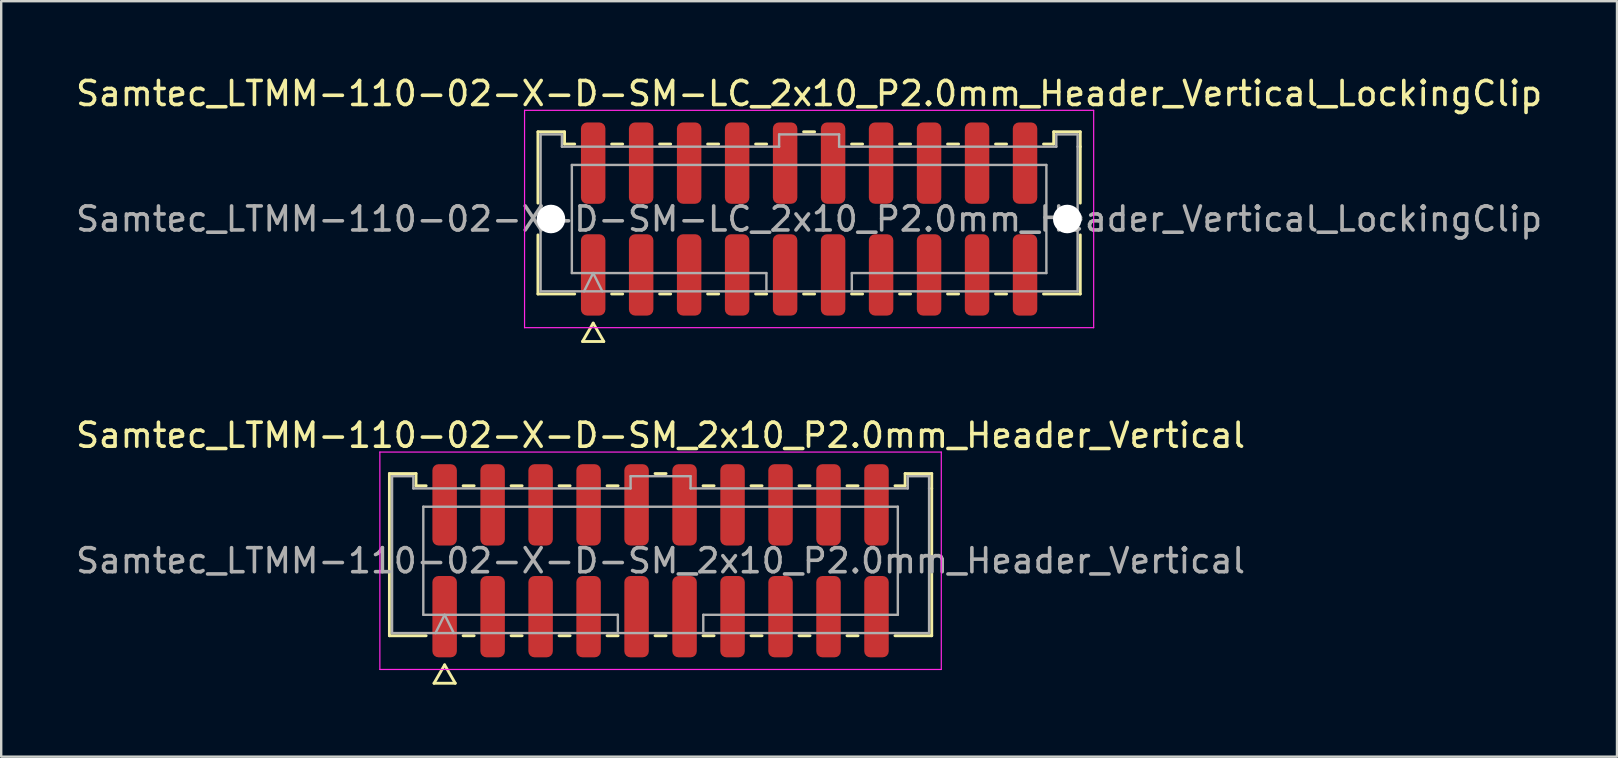
<source format=kicad_pcb>
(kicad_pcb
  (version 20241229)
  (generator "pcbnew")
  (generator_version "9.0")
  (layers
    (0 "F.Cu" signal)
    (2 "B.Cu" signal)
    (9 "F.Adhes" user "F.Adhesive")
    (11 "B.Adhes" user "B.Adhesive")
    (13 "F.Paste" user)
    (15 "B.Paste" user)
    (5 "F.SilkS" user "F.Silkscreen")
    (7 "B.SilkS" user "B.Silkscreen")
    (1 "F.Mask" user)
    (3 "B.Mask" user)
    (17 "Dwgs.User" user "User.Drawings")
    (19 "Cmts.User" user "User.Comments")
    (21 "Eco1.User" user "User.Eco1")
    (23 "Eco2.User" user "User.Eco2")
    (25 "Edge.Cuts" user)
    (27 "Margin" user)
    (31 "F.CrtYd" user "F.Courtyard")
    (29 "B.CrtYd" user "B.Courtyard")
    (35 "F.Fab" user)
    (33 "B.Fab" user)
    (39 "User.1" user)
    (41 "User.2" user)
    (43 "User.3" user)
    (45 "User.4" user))
  (footprint "Samtec_LTMM-110-02-X-D-SM_2x10_P2.0mm_Header_Vertical"
    (layer "F.Cu")
    (at 24.482 20.322)
    (property "Reference" "Samtec_LTMM-110-02-X-D-SM_2x10_P2.0mm_Header_Vertical" (at 0 -5.23 0) (layer "F.SilkS") (effects (font (size 1 1) (thickness 0.15))))
    (attr smd)
    (fp_line (start -11.302 -3.635) (end -10.193 -3.635) (stroke (width 0.12) (type solid)) (layer "F.SilkS"))
    (fp_line (start -11.302 3.125) (end -11.302 -3.635) (stroke (width 0.12) (type solid)) (layer "F.SilkS"))
    (fp_line (start -10.193 -3.635) (end -10.193 -3.125) (stroke (width 0.12) (type solid)) (layer "F.SilkS"))
    (fp_line (start -10.193 -3.125) (end -9.77 -3.125) (stroke (width 0.12) (type solid)) (layer "F.SilkS"))
    (fp_line (start -9.77 3.125) (end -11.302 3.125) (stroke (width 0.12) (type solid)) (layer "F.SilkS"))
    (fp_line (start -9.442 5.105) (end -9 4.34) (stroke (width 0.12) (type solid)) (layer "F.SilkS"))
    (fp_line (start -9 4.34) (end -8.558 5.105) (stroke (width 0.12) (type solid)) (layer "F.SilkS"))
    (fp_line (start -8.558 5.105) (end -9.442 5.105) (stroke (width 0.12) (type solid)) (layer "F.SilkS"))
    (fp_line (start -8.23 -3.125) (end -7.77 -3.125) (stroke (width 0.12) (type solid)) (layer "F.SilkS"))
    (fp_line (start -7.77 3.125) (end -8.23 3.125) (stroke (width 0.12) (type solid)) (layer "F.SilkS"))
    (fp_line (start -6.23 -3.125) (end -5.77 -3.125) (stroke (width 0.12) (type solid)) (layer "F.SilkS"))
    (fp_line (start -5.77 3.125) (end -6.23 3.125) (stroke (width 0.12) (type solid)) (layer "F.SilkS"))
    (fp_line (start -4.23 -3.125) (end -3.77 -3.125) (stroke (width 0.12) (type solid)) (layer "F.SilkS"))
    (fp_line (start -3.77 3.125) (end -4.23 3.125) (stroke (width 0.12) (type solid)) (layer "F.SilkS"))
    (fp_line (start -2.23 -3.125) (end -1.77 -3.125) (stroke (width 0.12) (type solid)) (layer "F.SilkS"))
    (fp_line (start -1.77 3.125) (end -2.23 3.125) (stroke (width 0.12) (type solid)) (layer "F.SilkS"))
    (fp_line (start -0.23 -3.635) (end 0.23 -3.635) (stroke (width 0.12) (type solid)) (layer "F.SilkS"))
    (fp_line (start 0.23 3.125) (end -0.23 3.125) (stroke (width 0.12) (type solid)) (layer "F.SilkS"))
    (fp_line (start 1.77 -3.125) (end 2.23 -3.125) (stroke (width 0.12) (type solid)) (layer "F.SilkS"))
    (fp_line (start 2.23 3.125) (end 1.77 3.125) (stroke (width 0.12) (type solid)) (layer "F.SilkS"))
    (fp_line (start 3.77 -3.125) (end 4.23 -3.125) (stroke (width 0.12) (type solid)) (layer "F.SilkS"))
    (fp_line (start 4.23 3.125) (end 3.77 3.125) (stroke (width 0.12) (type solid)) (layer "F.SilkS"))
    (fp_line (start 5.77 -3.125) (end 6.23 -3.125) (stroke (width 0.12) (type solid)) (layer "F.SilkS"))
    (fp_line (start 6.23 3.125) (end 5.77 3.125) (stroke (width 0.12) (type solid)) (layer "F.SilkS"))
    (fp_line (start 7.77 -3.125) (end 8.23 -3.125) (stroke (width 0.12) (type solid)) (layer "F.SilkS"))
    (fp_line (start 8.23 3.125) (end 7.77 3.125) (stroke (width 0.12) (type solid)) (layer "F.SilkS"))
    (fp_line (start 9.77 -3.125) (end 10.193 -3.125) (stroke (width 0.12) (type solid)) (layer "F.SilkS"))
    (fp_line (start 10.193 -3.635) (end 11.302 -3.635) (stroke (width 0.12) (type solid)) (layer "F.SilkS"))
    (fp_line (start 10.193 -3.125) (end 10.193 -3.635) (stroke (width 0.12) (type solid)) (layer "F.SilkS"))
    (fp_line (start 11.302 -3.635) (end 11.302 -3.015) (stroke (width 0.12) (type solid)) (layer "F.SilkS"))
    (fp_line (start 11.302 -3.015) (end 11.302 3.125) (stroke (width 0.12) (type solid)) (layer "F.SilkS"))
    (fp_line (start 11.302 3.125) (end 9.77 3.125) (stroke (width 0.12) (type solid)) (layer "F.SilkS"))
    (fp_line (start -11.7 -4.53) (end -11.7 4.53) (stroke (width 0.05) (type solid)) (layer "F.CrtYd"))
    (fp_line (start -11.7 4.53) (end 11.7 4.53) (stroke (width 0.05) (type solid)) (layer "F.CrtYd"))
    (fp_line (start 11.7 -4.53) (end -11.7 -4.53) (stroke (width 0.05) (type solid)) (layer "F.CrtYd"))
    (fp_line (start 11.7 4.53) (end 11.7 -4.53) (stroke (width 0.05) (type solid)) (layer "F.CrtYd"))
    (fp_line (start -11.191 -3.525) (end -10.303 -3.525) (stroke (width 0.1) (type solid)) (layer "F.Fab"))
    (fp_line (start -11.191 3.015) (end -11.191 -3.525) (stroke (width 0.1) (type solid)) (layer "F.Fab"))
    (fp_line (start -10.303 -3.525) (end -10.303 -3.015) (stroke (width 0.1) (type solid)) (layer "F.Fab"))
    (fp_line (start -10.303 -3.015) (end -1.25 -3.015) (stroke (width 0.1) (type solid)) (layer "F.Fab"))
    (fp_line (start -9.889 -2.253) (end 9.889 -2.253) (stroke (width 0.1) (type solid)) (layer "F.Fab"))
    (fp_line (start -9.889 2.253) (end -9.889 -2.253) (stroke (width 0.1) (type solid)) (layer "F.Fab"))
    (fp_line (start -9.381 3.015) (end -9 2.253) (stroke (width 0.1) (type solid)) (layer "F.Fab"))
    (fp_line (start -9 2.253) (end -8.619 3.015) (stroke (width 0.1) (type solid)) (layer "F.Fab"))
    (fp_line (start -1.78 2.253) (end -9.889 2.253) (stroke (width 0.1) (type solid)) (layer "F.Fab"))
    (fp_line (start -1.78 3.015) (end -1.78 2.253) (stroke (width 0.1) (type solid)) (layer "F.Fab"))
    (fp_line (start -1.25 -3.525) (end 1.25 -3.525) (stroke (width 0.1) (type solid)) (layer "F.Fab"))
    (fp_line (start -1.25 -3.015) (end -1.25 -3.525) (stroke (width 0.1) (type solid)) (layer "F.Fab"))
    (fp_line (start 1.25 -3.525) (end 1.25 -3.015) (stroke (width 0.1) (type solid)) (layer "F.Fab"))
    (fp_line (start 1.25 -3.015) (end 10.303 -3.015) (stroke (width 0.1) (type solid)) (layer "F.Fab"))
    (fp_line (start 1.78 2.253) (end 1.78 3.015) (stroke (width 0.1) (type solid)) (layer "F.Fab"))
    (fp_line (start 9.889 -2.253) (end 9.889 2.253) (stroke (width 0.1) (type solid)) (layer "F.Fab"))
    (fp_line (start 9.889 2.253) (end 1.78 2.253) (stroke (width 0.1) (type solid)) (layer "F.Fab"))
    (fp_line (start 10.303 -3.525) (end 11.191 -3.525) (stroke (width 0.1) (type solid)) (layer "F.Fab"))
    (fp_line (start 10.303 -3.015) (end 10.303 -3.525) (stroke (width 0.1) (type solid)) (layer "F.Fab"))
    (fp_line (start 11.191 -3.525) (end 11.191 -3.015) (stroke (width 0.1) (type solid)) (layer "F.Fab"))
    (fp_line (start 11.191 -3.015) (end 11.191 3.015) (stroke (width 0.1) (type solid)) (layer "F.Fab"))
    (fp_line (start 11.191 3.015) (end -11.191 3.015) (stroke (width 0.1) (type solid)) (layer "F.Fab"))
    (fp_text user "${REFERENCE}" (at 0 0 0) (layer "F.Fab") (effects (font (size 1 1) (thickness 0.15))))
    (pad "1" smd roundrect (at -9 2.33) (size 1.02 3.39) (layers "F.Cu" "F.Mask" "F.Paste") (roundrect_rratio 0.25))
    (pad "2" smd roundrect (at -9 -2.33) (size 1.02 3.39) (layers "F.Cu" "F.Mask" "F.Paste") (roundrect_rratio 0.25))
    (pad "3" smd roundrect (at -7 2.33) (size 1.02 3.39) (layers "F.Cu" "F.Mask" "F.Paste") (roundrect_rratio 0.25))
    (pad "4" smd roundrect (at -7 -2.33) (size 1.02 3.39) (layers "F.Cu" "F.Mask" "F.Paste") (roundrect_rratio 0.25))
    (pad "5" smd roundrect (at -5 2.33) (size 1.02 3.39) (layers "F.Cu" "F.Mask" "F.Paste") (roundrect_rratio 0.25))
    (pad "6" smd roundrect (at -5 -2.33) (size 1.02 3.39) (layers "F.Cu" "F.Mask" "F.Paste") (roundrect_rratio 0.25))
    (pad "7" smd roundrect (at -3 2.33) (size 1.02 3.39) (layers "F.Cu" "F.Mask" "F.Paste") (roundrect_rratio 0.25))
    (pad "8" smd roundrect (at -3 -2.33) (size 1.02 3.39) (layers "F.Cu" "F.Mask" "F.Paste") (roundrect_rratio 0.25))
    (pad "9" smd roundrect (at -1 2.33) (size 1.02 3.39) (layers "F.Cu" "F.Mask" "F.Paste") (roundrect_rratio 0.25))
    (pad "10" smd roundrect (at -1 -2.33) (size 1.02 3.39) (layers "F.Cu" "F.Mask" "F.Paste") (roundrect_rratio 0.25))
    (pad "11" smd roundrect (at 1 2.33) (size 1.02 3.39) (layers "F.Cu" "F.Mask" "F.Paste") (roundrect_rratio 0.25))
    (pad "12" smd roundrect (at 1 -2.33) (size 1.02 3.39) (layers "F.Cu" "F.Mask" "F.Paste") (roundrect_rratio 0.25))
    (pad "13" smd roundrect (at 3 2.33) (size 1.02 3.39) (layers "F.Cu" "F.Mask" "F.Paste") (roundrect_rratio 0.25))
    (pad "14" smd roundrect (at 3 -2.33) (size 1.02 3.39) (layers "F.Cu" "F.Mask" "F.Paste") (roundrect_rratio 0.25))
    (pad "15" smd roundrect (at 5 2.33) (size 1.02 3.39) (layers "F.Cu" "F.Mask" "F.Paste") (roundrect_rratio 0.25))
    (pad "16" smd roundrect (at 5 -2.33) (size 1.02 3.39) (layers "F.Cu" "F.Mask" "F.Paste") (roundrect_rratio 0.25))
    (pad "17" smd roundrect (at 7 2.33) (size 1.02 3.39) (layers "F.Cu" "F.Mask" "F.Paste") (roundrect_rratio 0.25))
    (pad "18" smd roundrect (at 7 -2.33) (size 1.02 3.39) (layers "F.Cu" "F.Mask" "F.Paste") (roundrect_rratio 0.25))
    (pad "19" smd roundrect (at 9 2.33) (size 1.02 3.39) (layers "F.Cu" "F.Mask" "F.Paste") (roundrect_rratio 0.25))
    (pad "20" smd roundrect (at 9 -2.33) (size 1.02 3.39) (layers "F.Cu" "F.Mask" "F.Paste") (roundrect_rratio 0.25)))
  (footprint "Samtec_LTMM-110-02-X-D-SM-LC_2x10_P2.0mm_Header_Vertical_LockingClip"
    (layer "F.Cu")
    (at 30.673 6.078)
    (property "Reference" "Samtec_LTMM-110-02-X-D-SM-LC_2x10_P2.0mm_Header_Vertical_LockingClip" (at 0 -5.23 0) (layer "F.SilkS") (effects (font (size 1 1) (thickness 0.15))))
    (attr smd)
    (fp_line (start -11.302 -3.635) (end -10.193 -3.635) (stroke (width 0.12) (type solid)) (layer "F.SilkS"))
    (fp_line (start -11.302 -0.662) (end -11.302 -3.635) (stroke (width 0.12) (type solid)) (layer "F.SilkS"))
    (fp_line (start -11.302 3.125) (end -11.302 0.662) (stroke (width 0.12) (type solid)) (layer "F.SilkS"))
    (fp_line (start -10.193 -3.635) (end -10.193 -3.125) (stroke (width 0.12) (type solid)) (layer "F.SilkS"))
    (fp_line (start -10.193 -3.125) (end -9.77 -3.125) (stroke (width 0.12) (type solid)) (layer "F.SilkS"))
    (fp_line (start -9.77 3.125) (end -11.302 3.125) (stroke (width 0.12) (type solid)) (layer "F.SilkS"))
    (fp_line (start -9.442 5.105) (end -9 4.34) (stroke (width 0.12) (type solid)) (layer "F.SilkS"))
    (fp_line (start -9 4.34) (end -8.558 5.105) (stroke (width 0.12) (type solid)) (layer "F.SilkS"))
    (fp_line (start -8.558 5.105) (end -9.442 5.105) (stroke (width 0.12) (type solid)) (layer "F.SilkS"))
    (fp_line (start -8.23 -3.125) (end -7.77 -3.125) (stroke (width 0.12) (type solid)) (layer "F.SilkS"))
    (fp_line (start -7.77 3.125) (end -8.23 3.125) (stroke (width 0.12) (type solid)) (layer "F.SilkS"))
    (fp_line (start -6.23 -3.125) (end -5.77 -3.125) (stroke (width 0.12) (type solid)) (layer "F.SilkS"))
    (fp_line (start -5.77 3.125) (end -6.23 3.125) (stroke (width 0.12) (type solid)) (layer "F.SilkS"))
    (fp_line (start -4.23 -3.125) (end -3.77 -3.125) (stroke (width 0.12) (type solid)) (layer "F.SilkS"))
    (fp_line (start -3.77 3.125) (end -4.23 3.125) (stroke (width 0.12) (type solid)) (layer "F.SilkS"))
    (fp_line (start -2.23 -3.125) (end -1.77 -3.125) (stroke (width 0.12) (type solid)) (layer "F.SilkS"))
    (fp_line (start -1.77 3.125) (end -2.23 3.125) (stroke (width 0.12) (type solid)) (layer "F.SilkS"))
    (fp_line (start -0.23 -3.635) (end 0.23 -3.635) (stroke (width 0.12) (type solid)) (layer "F.SilkS"))
    (fp_line (start 0.23 3.125) (end -0.23 3.125) (stroke (width 0.12) (type solid)) (layer "F.SilkS"))
    (fp_line (start 1.77 -3.125) (end 2.23 -3.125) (stroke (width 0.12) (type solid)) (layer "F.SilkS"))
    (fp_line (start 2.23 3.125) (end 1.77 3.125) (stroke (width 0.12) (type solid)) (layer "F.SilkS"))
    (fp_line (start 3.77 -3.125) (end 4.23 -3.125) (stroke (width 0.12) (type solid)) (layer "F.SilkS"))
    (fp_line (start 4.23 3.125) (end 3.77 3.125) (stroke (width 0.12) (type solid)) (layer "F.SilkS"))
    (fp_line (start 5.77 -3.125) (end 6.23 -3.125) (stroke (width 0.12) (type solid)) (layer "F.SilkS"))
    (fp_line (start 6.23 3.125) (end 5.77 3.125) (stroke (width 0.12) (type solid)) (layer "F.SilkS"))
    (fp_line (start 7.77 -3.125) (end 8.23 -3.125) (stroke (width 0.12) (type solid)) (layer "F.SilkS"))
    (fp_line (start 8.23 3.125) (end 7.77 3.125) (stroke (width 0.12) (type solid)) (layer "F.SilkS"))
    (fp_line (start 9.77 -3.125) (end 10.193 -3.125) (stroke (width 0.12) (type solid)) (layer "F.SilkS"))
    (fp_line (start 10.193 -3.635) (end 11.302 -3.635) (stroke (width 0.12) (type solid)) (layer "F.SilkS"))
    (fp_line (start 10.193 -3.125) (end 10.193 -3.635) (stroke (width 0.12) (type solid)) (layer "F.SilkS"))
    (fp_line (start 11.302 -3.635) (end 11.302 -3.015) (stroke (width 0.12) (type solid)) (layer "F.SilkS"))
    (fp_line (start 11.302 -3.015) (end 11.302 -0.662) (stroke (width 0.12) (type solid)) (layer "F.SilkS"))
    (fp_line (start 11.302 0.662) (end 11.302 3.125) (stroke (width 0.12) (type solid)) (layer "F.SilkS"))
    (fp_line (start 11.302 3.125) (end 9.77 3.125) (stroke (width 0.12) (type solid)) (layer "F.SilkS"))
    (fp_line (start -11.86 -4.53) (end -11.86 4.53) (stroke (width 0.05) (type solid)) (layer "F.CrtYd"))
    (fp_line (start -11.86 4.53) (end 11.86 4.53) (stroke (width 0.05) (type solid)) (layer "F.CrtYd"))
    (fp_line (start 11.86 -4.53) (end -11.86 -4.53) (stroke (width 0.05) (type solid)) (layer "F.CrtYd"))
    (fp_line (start 11.86 4.53) (end 11.86 -4.53) (stroke (width 0.05) (type solid)) (layer "F.CrtYd"))
    (fp_line (start -11.191 -3.525) (end -10.303 -3.525) (stroke (width 0.1) (type solid)) (layer "F.Fab"))
    (fp_line (start -11.191 3.015) (end -11.191 -3.525) (stroke (width 0.1) (type solid)) (layer "F.Fab"))
    (fp_line (start -10.303 -3.525) (end -10.303 -3.015) (stroke (width 0.1) (type solid)) (layer "F.Fab"))
    (fp_line (start -10.303 -3.015) (end -1.25 -3.015) (stroke (width 0.1) (type solid)) (layer "F.Fab"))
    (fp_line (start -9.889 -2.253) (end 9.889 -2.253) (stroke (width 0.1) (type solid)) (layer "F.Fab"))
    (fp_line (start -9.889 2.253) (end -9.889 -2.253) (stroke (width 0.1) (type solid)) (layer "F.Fab"))
    (fp_line (start -9.381 3.015) (end -9 2.253) (stroke (width 0.1) (type solid)) (layer "F.Fab"))
    (fp_line (start -9 2.253) (end -8.619 3.015) (stroke (width 0.1) (type solid)) (layer "F.Fab"))
    (fp_line (start -1.78 2.253) (end -9.889 2.253) (stroke (width 0.1) (type solid)) (layer "F.Fab"))
    (fp_line (start -1.78 3.015) (end -1.78 2.253) (stroke (width 0.1) (type solid)) (layer "F.Fab"))
    (fp_line (start -1.25 -3.525) (end 1.25 -3.525) (stroke (width 0.1) (type solid)) (layer "F.Fab"))
    (fp_line (start -1.25 -3.015) (end -1.25 -3.525) (stroke (width 0.1) (type solid)) (layer "F.Fab"))
    (fp_line (start 1.25 -3.525) (end 1.25 -3.015) (stroke (width 0.1) (type solid)) (layer "F.Fab"))
    (fp_line (start 1.25 -3.015) (end 10.303 -3.015) (stroke (width 0.1) (type solid)) (layer "F.Fab"))
    (fp_line (start 1.78 2.253) (end 1.78 3.015) (stroke (width 0.1) (type solid)) (layer "F.Fab"))
    (fp_line (start 9.889 -2.253) (end 9.889 2.253) (stroke (width 0.1) (type solid)) (layer "F.Fab"))
    (fp_line (start 9.889 2.253) (end 1.78 2.253) (stroke (width 0.1) (type solid)) (layer "F.Fab"))
    (fp_line (start 10.303 -3.525) (end 11.191 -3.525) (stroke (width 0.1) (type solid)) (layer "F.Fab"))
    (fp_line (start 10.303 -3.015) (end 10.303 -3.525) (stroke (width 0.1) (type solid)) (layer "F.Fab"))
    (fp_line (start 11.191 -3.525) (end 11.191 -3.015) (stroke (width 0.1) (type solid)) (layer "F.Fab"))
    (fp_line (start 11.191 -3.015) (end 11.191 3.015) (stroke (width 0.1) (type solid)) (layer "F.Fab"))
    (fp_line (start 11.191 3.015) (end -11.191 3.015) (stroke (width 0.1) (type solid)) (layer "F.Fab"))
    (fp_text user "${REFERENCE}" (at 0 0 0) (layer "F.Fab") (effects (font (size 1 1) (thickness 0.15))))
    (pad "" np_thru_hole circle (at -10.76 0) (size 1.19 1.19) (drill 1.19) (layers "*.Cu" "*.Mask"))
    (pad "" np_thru_hole circle (at 10.76 0) (size 1.19 1.19) (drill 1.19) (layers "*.Cu" "*.Mask"))
    (pad "1" smd roundrect (at -9 2.33) (size 1.02 3.39) (layers "F.Cu" "F.Mask" "F.Paste") (roundrect_rratio 0.25))
    (pad "2" smd roundrect (at -9 -2.33) (size 1.02 3.39) (layers "F.Cu" "F.Mask" "F.Paste") (roundrect_rratio 0.25))
    (pad "3" smd roundrect (at -7 2.33) (size 1.02 3.39) (layers "F.Cu" "F.Mask" "F.Paste") (roundrect_rratio 0.25))
    (pad "4" smd roundrect (at -7 -2.33) (size 1.02 3.39) (layers "F.Cu" "F.Mask" "F.Paste") (roundrect_rratio 0.25))
    (pad "5" smd roundrect (at -5 2.33) (size 1.02 3.39) (layers "F.Cu" "F.Mask" "F.Paste") (roundrect_rratio 0.25))
    (pad "6" smd roundrect (at -5 -2.33) (size 1.02 3.39) (layers "F.Cu" "F.Mask" "F.Paste") (roundrect_rratio 0.25))
    (pad "7" smd roundrect (at -3 2.33) (size 1.02 3.39) (layers "F.Cu" "F.Mask" "F.Paste") (roundrect_rratio 0.25))
    (pad "8" smd roundrect (at -3 -2.33) (size 1.02 3.39) (layers "F.Cu" "F.Mask" "F.Paste") (roundrect_rratio 0.25))
    (pad "9" smd roundrect (at -1 2.33) (size 1.02 3.39) (layers "F.Cu" "F.Mask" "F.Paste") (roundrect_rratio 0.25))
    (pad "10" smd roundrect (at -1 -2.33) (size 1.02 3.39) (layers "F.Cu" "F.Mask" "F.Paste") (roundrect_rratio 0.25))
    (pad "11" smd roundrect (at 1 2.33) (size 1.02 3.39) (layers "F.Cu" "F.Mask" "F.Paste") (roundrect_rratio 0.25))
    (pad "12" smd roundrect (at 1 -2.33) (size 1.02 3.39) (layers "F.Cu" "F.Mask" "F.Paste") (roundrect_rratio 0.25))
    (pad "13" smd roundrect (at 3 2.33) (size 1.02 3.39) (layers "F.Cu" "F.Mask" "F.Paste") (roundrect_rratio 0.25))
    (pad "14" smd roundrect (at 3 -2.33) (size 1.02 3.39) (layers "F.Cu" "F.Mask" "F.Paste") (roundrect_rratio 0.25))
    (pad "15" smd roundrect (at 5 2.33) (size 1.02 3.39) (layers "F.Cu" "F.Mask" "F.Paste") (roundrect_rratio 0.25))
    (pad "16" smd roundrect (at 5 -2.33) (size 1.02 3.39) (layers "F.Cu" "F.Mask" "F.Paste") (roundrect_rratio 0.25))
    (pad "17" smd roundrect (at 7 2.33) (size 1.02 3.39) (layers "F.Cu" "F.Mask" "F.Paste") (roundrect_rratio 0.25))
    (pad "18" smd roundrect (at 7 -2.33) (size 1.02 3.39) (layers "F.Cu" "F.Mask" "F.Paste") (roundrect_rratio 0.25))
    (pad "19" smd roundrect (at 9 2.33) (size 1.02 3.39) (layers "F.Cu" "F.Mask" "F.Paste") (roundrect_rratio 0.25))
    (pad "20" smd roundrect (at 9 -2.33) (size 1.02 3.39) (layers "F.Cu" "F.Mask" "F.Paste") (roundrect_rratio 0.25)))
  (gr_rect
    (start -3 -3)
    (end 64.345 28.486)
    (stroke (width 0.1) (type default))
    (fill no)
    (layer "Edge.Cuts")))
</source>
